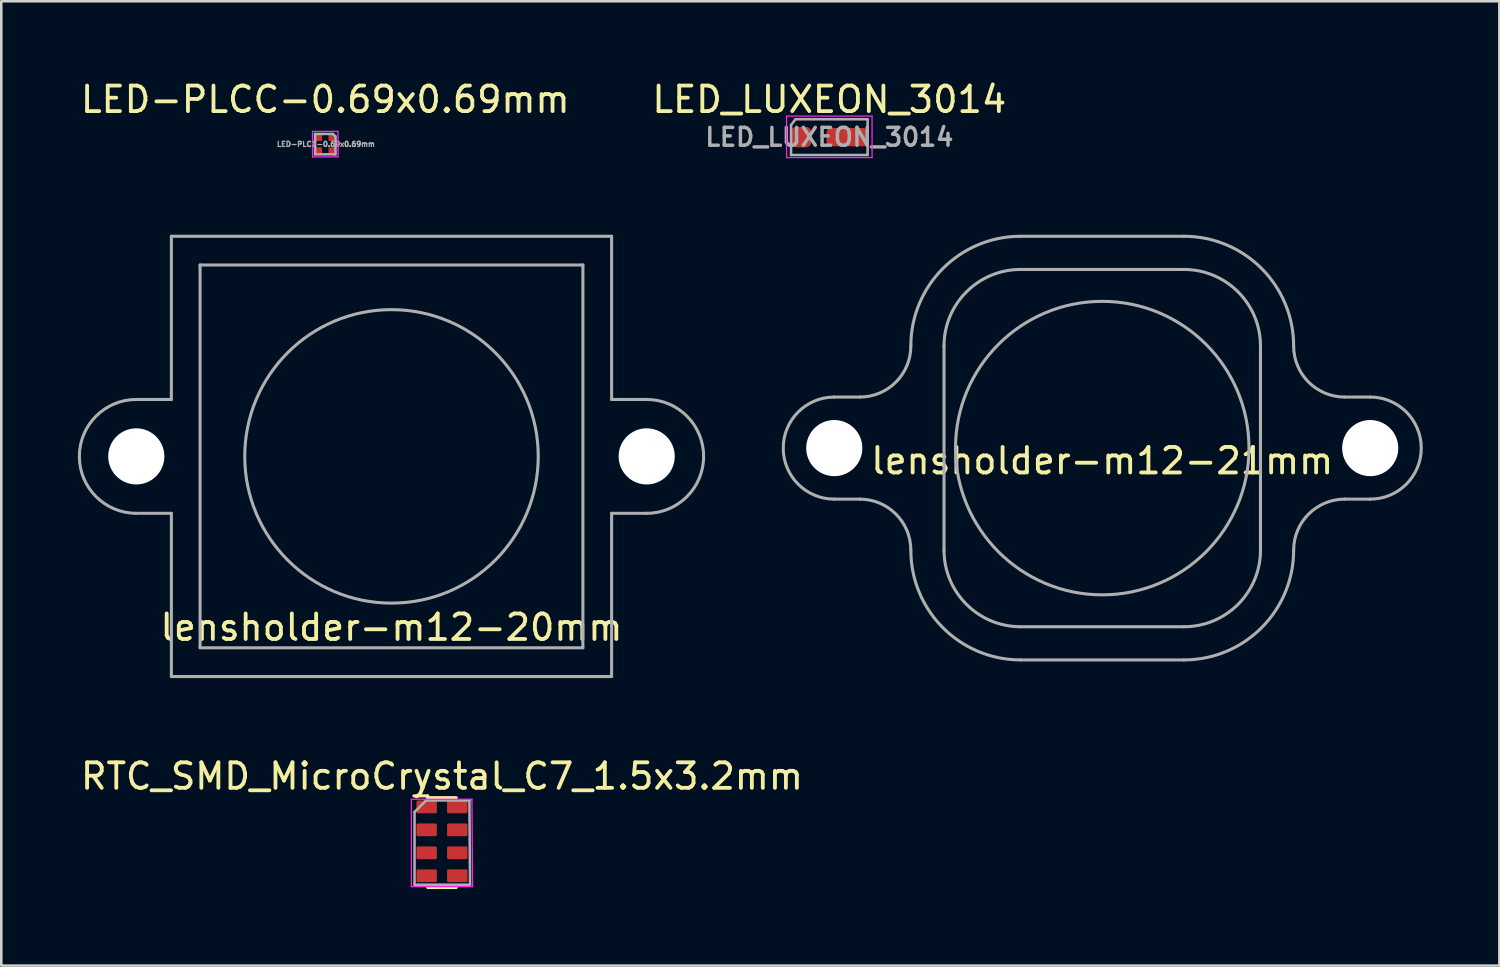
<source format=kicad_pcb>
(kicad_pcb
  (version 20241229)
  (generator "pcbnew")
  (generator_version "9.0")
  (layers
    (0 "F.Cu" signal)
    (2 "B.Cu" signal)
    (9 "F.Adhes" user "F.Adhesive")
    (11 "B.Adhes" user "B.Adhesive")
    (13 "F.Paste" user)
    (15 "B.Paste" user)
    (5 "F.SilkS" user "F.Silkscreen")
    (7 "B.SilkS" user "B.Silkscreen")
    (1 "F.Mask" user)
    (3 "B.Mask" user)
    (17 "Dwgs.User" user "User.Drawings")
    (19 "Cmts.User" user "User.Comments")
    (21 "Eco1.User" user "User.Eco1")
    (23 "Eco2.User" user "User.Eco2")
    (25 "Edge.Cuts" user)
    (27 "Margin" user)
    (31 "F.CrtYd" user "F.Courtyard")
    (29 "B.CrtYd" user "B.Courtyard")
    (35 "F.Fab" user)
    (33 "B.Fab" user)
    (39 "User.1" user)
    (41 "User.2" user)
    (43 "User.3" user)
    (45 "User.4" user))
  (footprint "lensholder-m12-20mm"
    (layer "F.Cu")
    (at 12.29 14.833)
    (property "Reference" "lensholder-m12-20mm" (at 0 6.7 0) (layer "F.SilkS") (effects (font (size 1 1) (thickness 0.15))))
    (attr through_hole)
    (fp_line (start -10 -2.23) (end -8.625 -2.23) (stroke (width 0.12) (type solid)) (layer "F.Fab"))
    (fp_line (start -10 2.23) (end -8.625 2.23) (stroke (width 0.12) (type solid)) (layer "F.Fab"))
    (fp_line (start -8.625 -8.625) (end -8.625 -2.23) (stroke (width 0.12) (type solid)) (layer "F.Fab"))
    (fp_line (start -8.625 -8.625) (end 8.625 -8.625) (stroke (width 0.12) (type solid)) (layer "F.Fab"))
    (fp_line (start -8.625 8.625) (end -8.625 2.23) (stroke (width 0.12) (type solid)) (layer "F.Fab"))
    (fp_line (start -8.625 8.625) (end 8.625 8.625) (stroke (width 0.12) (type solid)) (layer "F.Fab"))
    (fp_line (start -7.5 -7.5) (end 7.5 -7.5) (stroke (width 0.12) (type solid)) (layer "F.Fab"))
    (fp_line (start -7.5 7.5) (end -7.5 -7.5) (stroke (width 0.12) (type solid)) (layer "F.Fab"))
    (fp_line (start 7.5 -7.5) (end 7.5 7.5) (stroke (width 0.12) (type solid)) (layer "F.Fab"))
    (fp_line (start 7.5 7.5) (end -7.5 7.5) (stroke (width 0.12) (type solid)) (layer "F.Fab"))
    (fp_line (start 8.625 -2.23) (end 8.625 -8.625) (stroke (width 0.12) (type solid)) (layer "F.Fab"))
    (fp_line (start 8.625 8.625) (end 8.625 2.23) (stroke (width 0.12) (type solid)) (layer "F.Fab"))
    (fp_line (start 10 -2.23) (end 8.625 -2.23) (stroke (width 0.12) (type solid)) (layer "F.Fab"))
    (fp_line (start 10 2.23) (end 8.625 2.23) (stroke (width 0.12) (type solid)) (layer "F.Fab"))
    (fp_arc (start -10 2.23) (mid -12.23 0) (end -10 -2.23) (stroke (width 0.12) (type solid)) (layer "F.Fab"))
    (fp_arc (start 10 -2.23) (mid 12.23 0) (end 10 2.23) (stroke (width 0.12) (type solid)) (layer "F.Fab"))
    (fp_circle (center 0 0) (end 5.75 0) (stroke (width 0.12) (type solid)) (fill no) (layer "F.Fab"))
    (pad "" np_thru_hole circle (at -10 0) (size 2.2 2.2) (drill 2.2) (layers "*.Cu" "*.Mask"))
    (pad "" np_thru_hole circle (at 10 0) (size 2.2 2.2) (drill 2.2) (layers "*.Cu" "*.Mask")))
  (footprint "RTC_SMD_MicroCrystal_C7_1.5x3.2mm"
    (layer "F.Cu")
    (at 14.268 30.166)
    (property "Reference" "RTC_SMD_MicroCrystal_C7_1.5x3.2mm" (at 0 -2.8 0) (layer "F.SilkS") (effects (font (size 1 1) (thickness 0.15))))
    (attr smd)
    (fp_line (start -1.1 -2.03) (end -0.56 -2.03) (stroke (width 0.12) (type solid)) (layer "F.SilkS"))
    (fp_line (start -0.56 -2.03) (end -0.56 -1.96) (stroke (width 0.12) (type solid)) (layer "F.SilkS"))
    (fp_line (start -0.56 -1.96) (end 0.56 -1.96) (stroke (width 0.12) (type solid)) (layer "F.SilkS"))
    (fp_line (start -0.56 1.56) (end 0.56 1.56) (stroke (width 0.12) (type solid)) (layer "F.SilkS"))
    (fp_line (start -1.2 -1.9) (end -1.2 1.525) (stroke (width 0.05) (type solid)) (layer "F.CrtYd"))
    (fp_line (start -1.2 -1.9) (end 1.175 -1.9) (stroke (width 0.05) (type solid)) (layer "F.CrtYd"))
    (fp_line (start -1.2 1.525) (end 1.2 1.525) (stroke (width 0.05) (type solid)) (layer "F.CrtYd"))
    (fp_line (start 1.175 -1.9) (end 1.2 1.525) (stroke (width 0.05) (type solid)) (layer "F.CrtYd"))
    (fp_line (start -1.075 -1.4) (end -1.075 1.45) (stroke (width 0.1) (type solid)) (layer "F.Fab"))
    (fp_line (start -1.075 1.45) (end 1.1 1.45) (stroke (width 0.1) (type solid)) (layer "F.Fab"))
    (fp_line (start -0.625 -1.85) (end -1.075 -1.4) (stroke (width 0.1) (type solid)) (layer "F.Fab"))
    (fp_line (start -0.625 -1.85) (end 1.075 -1.85) (stroke (width 0.1) (type solid)) (layer "F.Fab"))
    (fp_line (start 1.075 -1.85) (end 1.1 1.45) (stroke (width 0.1) (type solid)) (layer "F.Fab"))
    (pad "1" smd roundrect (at -0.6 -1.6) (size 0.8 0.5) (layers "F.Cu" "F.Mask" "F.Paste") (roundrect_rratio 0.1))
    (pad "2" smd roundrect (at -0.6 -0.7) (size 0.8 0.5) (layers "F.Cu" "F.Mask" "F.Paste") (roundrect_rratio 0.1))
    (pad "3" smd roundrect (at -0.6 0.2) (size 0.8 0.5) (layers "F.Cu" "F.Mask" "F.Paste") (roundrect_rratio 0.1))
    (pad "4" smd roundrect (at -0.6 1.1) (size 0.8 0.5) (layers "F.Cu" "F.Mask" "F.Paste") (roundrect_rratio 0.1))
    (pad "5" smd roundrect (at 0.6 1.1) (size 0.8 0.5) (layers "F.Cu" "F.Mask" "F.Paste") (roundrect_rratio 0.1))
    (pad "6" smd roundrect (at 0.6 0.2) (size 0.8 0.5) (layers "F.Cu" "F.Mask" "F.Paste") (roundrect_rratio 0.1))
    (pad "7" smd roundrect (at 0.6 -0.7) (size 0.8 0.5) (layers "F.Cu" "F.Mask" "F.Paste") (roundrect_rratio 0.1))
    (pad "8" smd roundrect (at 0.6 -1.6) (size 0.8 0.5) (layers "F.Cu" "F.Mask" "F.Paste") (roundrect_rratio 0.1)))
  (footprint "LED-PLCC-0.69x0.69mm"
    (layer "F.Cu")
    (at 9.696 2.598)
    (property "Reference" "LED-PLCC-0.69x0.69mm" (at 0 -1.75 0) (layer "F.SilkS") (effects (font (size 1 1) (thickness 0.15))))
    (attr smd)
    (fp_line (start -0.5 -0.5) (end 0.5 -0.5) (stroke (width 0.05) (type solid)) (layer "F.CrtYd"))
    (fp_line (start -0.5 0.5) (end -0.5 -0.5) (stroke (width 0.05) (type solid)) (layer "F.CrtYd"))
    (fp_line (start 0.5 -0.5) (end 0.5 0.5) (stroke (width 0.05) (type solid)) (layer "F.CrtYd"))
    (fp_line (start 0.5 0.5) (end -0.5 0.5) (stroke (width 0.05) (type solid)) (layer "F.CrtYd"))
    (fp_line (start -0.4 -0.4) (end 0.3 -0.4) (stroke (width 0.1) (type solid)) (layer "F.Fab"))
    (fp_line (start -0.4 0.4) (end -0.4 -0.4) (stroke (width 0.1) (type solid)) (layer "F.Fab"))
    (fp_line (start 0.3 -0.4) (end 0.4 -0.3) (stroke (width 0.1) (type solid)) (layer "F.Fab"))
    (fp_line (start 0.4 -0.3) (end 0.4 0.4) (stroke (width 0.1) (type solid)) (layer "F.Fab"))
    (fp_line (start 0.4 0.4) (end -0.4 0.4) (stroke (width 0.1) (type solid)) (layer "F.Fab"))
    (fp_text user "${REFERENCE}" (at 0.025 0 0) (layer "F.Fab") (effects (font (size 0.2 0.2) (thickness 0.05))))
    (pad "1" smd roundrect (at 0.25 -0.25) (size 0.25 0.25) (layers "F.Cu" "F.Mask" "F.Paste") (roundrect_rratio 0.1))
    (pad "2" smd roundrect (at 0.25 0.25) (size 0.25 0.25) (layers "F.Cu" "F.Mask" "F.Paste") (roundrect_rratio 0.1))
    (pad "3" smd roundrect (at -0.25 0.25) (size 0.25 0.25) (layers "F.Cu" "F.Mask" "F.Paste") (roundrect_rratio 0.1))
    (pad "4" smd roundrect (at -0.25 -0.25) (size 0.25 0.25) (layers "F.Cu" "F.Mask" "F.Paste") (roundrect_rratio 0.1)))
  (footprint "LED_LUXEON_3014"
    (layer "F.Cu")
    (at 29.446 2.323)
    (property "Reference" "LED_LUXEON_3014" (at 0 -1.475 0) (layer "F.SilkS") (effects (font (size 1 1) (thickness 0.15))))
    (attr smd)
    (fp_line (start -1.675 -0.825) (end 1.675 -0.825) (stroke (width 0.05) (type solid)) (layer "F.CrtYd"))
    (fp_line (start -1.675 0.8) (end -1.675 -0.825) (stroke (width 0.05) (type solid)) (layer "F.CrtYd"))
    (fp_line (start 1.675 -0.825) (end 1.675 0.8) (stroke (width 0.05) (type solid)) (layer "F.CrtYd"))
    (fp_line (start 1.675 0.8) (end -1.675 0.8) (stroke (width 0.05) (type solid)) (layer "F.CrtYd"))
    (fp_line (start -1.5 0.7) (end -1.5 -0.475) (stroke (width 0.1) (type solid)) (layer "F.Fab"))
    (fp_line (start -1.325 -0.7) (end -1.5 -0.475) (stroke (width 0.1) (type solid)) (layer "F.Fab"))
    (fp_line (start 1.5 -0.7) (end -1.325 -0.7) (stroke (width 0.1) (type solid)) (layer "F.Fab"))
    (fp_line (start 1.5 -0.7) (end 1.5 0.7) (stroke (width 0.1) (type solid)) (layer "F.Fab"))
    (fp_line (start 1.5 0.7) (end -1.5 0.7) (stroke (width 0.1) (type solid)) (layer "F.Fab"))
    (fp_text user "${REFERENCE}" (at 0 0 0) (layer "F.Fab") (effects (font (size 0.7 0.7) (thickness 0.135))))
    (pad "1" smd roundrect (at -1.105 0) (size 0.79 0.8) (layers "F.Cu" "F.Mask" "F.Paste") (roundrect_rratio 0.25))
    (pad "2" smd roundrect (at 0.695 0) (size 1.61 0.72) (layers "F.Cu" "F.Mask" "F.Paste") (roundrect_rratio 0.25)))
  (footprint "lensholder-m12-21mm"
    (layer "F.Cu")
    (at 40.14 14.508)
    (property "Reference" "lensholder-m12-21mm" (at 0 0.5 0) (layer "F.SilkS") (effects (font (size 1 1) (thickness 0.15))))
    (attr through_hole)
    (fp_line (start -10.5 2) (end -9.5 2) (stroke (width 0.12) (type solid)) (layer "F.Fab"))
    (fp_line (start -9.5 -2) (end -10.5 -2) (stroke (width 0.12) (type solid)) (layer "F.Fab"))
    (fp_line (start -6.2 -4) (end -6.2 4) (stroke (width 0.12) (type solid)) (layer "F.Fab"))
    (fp_line (start -3.2 -8.3) (end 3.2 -8.3) (stroke (width 0.12) (type solid)) (layer "F.Fab"))
    (fp_line (start -3.2 7) (end 3.2 7) (stroke (width 0.12) (type solid)) (layer "F.Fab"))
    (fp_line (start -3.2 8.3) (end 3.2 8.3) (stroke (width 0.12) (type solid)) (layer "F.Fab"))
    (fp_line (start 3.2 -7) (end -3.2 -7) (stroke (width 0.12) (type solid)) (layer "F.Fab"))
    (fp_line (start 6.2 -4) (end 6.2 4) (stroke (width 0.12) (type solid)) (layer "F.Fab"))
    (fp_line (start 9.5 -2) (end 10.5 -2) (stroke (width 0.12) (type solid)) (layer "F.Fab"))
    (fp_line (start 9.5 2) (end 10.5 2) (stroke (width 0.12) (type solid)) (layer "F.Fab"))
    (fp_arc (start -10.5 2) (mid -12.5 0) (end -10.5 -2) (stroke (width 0.12) (type solid)) (layer "F.Fab"))
    (fp_arc (start -9.5 2) (mid -8.085786 2.585786) (end -7.5 4) (stroke (width 0.12) (type solid)) (layer "F.Fab"))
    (fp_arc (start -7.5 -4) (mid -8.085786 -2.585786) (end -9.5 -2) (stroke (width 0.12) (type solid)) (layer "F.Fab"))
    (fp_arc (start -7.5 -4) (mid -6.240559 -7.040559) (end -3.2 -8.3) (stroke (width 0.12) (type solid)) (layer "F.Fab"))
    (fp_arc (start -6.2 -4) (mid -5.32132 -6.12132) (end -3.2 -7) (stroke (width 0.12) (type solid)) (layer "F.Fab"))
    (fp_arc (start -3.2 7) (mid -5.32132 6.12132) (end -6.2 4) (stroke (width 0.12) (type solid)) (layer "F.Fab"))
    (fp_arc (start -3.2 8.3) (mid -6.240559 7.040559) (end -7.5 4) (stroke (width 0.12) (type solid)) (layer "F.Fab"))
    (fp_arc (start 3.2 -8.3) (mid 6.240559 -7.040559) (end 7.5 -4) (stroke (width 0.12) (type solid)) (layer "F.Fab"))
    (fp_arc (start 3.2 -7) (mid 5.32132 -6.12132) (end 6.2 -4) (stroke (width 0.12) (type solid)) (layer "F.Fab"))
    (fp_arc (start 6.2 4) (mid 5.32132 6.12132) (end 3.2 7) (stroke (width 0.12) (type solid)) (layer "F.Fab"))
    (fp_arc (start 7.5 4) (mid 6.240559 7.040559) (end 3.2 8.3) (stroke (width 0.12) (type solid)) (layer "F.Fab"))
    (fp_arc (start 7.5 4) (mid 8.085786 2.585786) (end 9.5 2) (stroke (width 0.12) (type solid)) (layer "F.Fab"))
    (fp_arc (start 9.5 -2) (mid 8.085786 -2.585786) (end 7.5 -4) (stroke (width 0.12) (type solid)) (layer "F.Fab"))
    (fp_arc (start 10.5 -2) (mid 12.5 0) (end 10.5 2) (stroke (width 0.12) (type solid)) (layer "F.Fab"))
    (fp_circle (center 0 0) (end 5.75 0) (stroke (width 0.12) (type solid)) (fill no) (layer "F.Fab"))
    (pad "" np_thru_hole circle (at -10.5 0) (size 2.2 2.2) (drill 2.2) (layers "*.Cu" "*.Mask"))
    (pad "" np_thru_hole circle (at 10.5 0) (size 2.2 2.2) (drill 2.2) (layers "*.Cu" "*.Mask")))
  (gr_rect
    (start -3 -3)
    (end 55.7 34.786)
    (stroke (width 0.1) (type default))
    (fill no)
    (layer "Edge.Cuts")))
</source>
